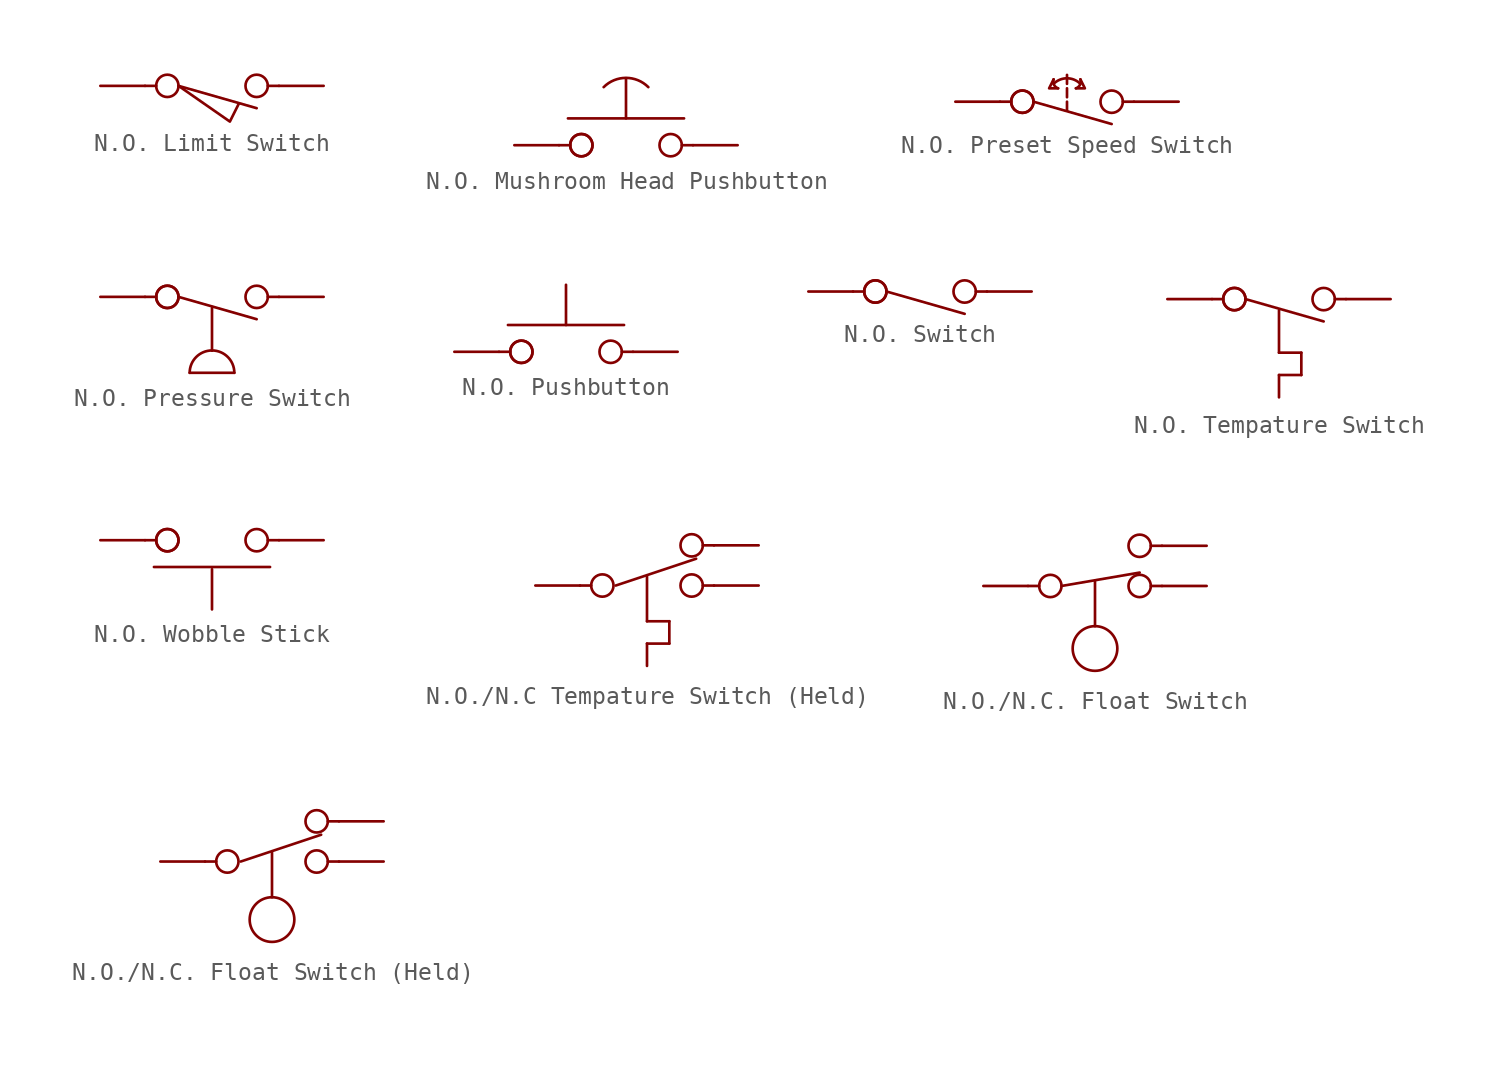
<source format=kicad_sym>
(kicad_symbol_lib
  (version 20241209)
  (generator "kicad_symbol_editor")
  (generator_version "9.0")
  (symbol "N.O. Limit Switch"
    (property "Reference" "U"
      (at 0 1.524 0)
      (effects (font (size 1.27 1.27)) (hide yes)))
    (property "Value" ""
      (at 0 0 0)
      (effects (font (size 1.27 1.27))))
    (symbol "N.O. Limit Switch_0_1"
      (polyline (pts (xy -3.81 0) (xy -3.175 0)) (stroke (width 0) (type default)) (fill (type none)))
      (circle (center -2.54 0) (radius 0.635) (stroke (width 0) (type default)) (fill (type none)))
      (polyline (pts (xy -1.905 0) (xy 2.54 -1.27)) (stroke (width 0) (type default)) (fill (type none)))
      (polyline (pts (xy -1.905 0) (xy 1.016 -2.032) (xy 1.524 -1.016)) (stroke (width 0) (type default)) (fill (type none)))
      (circle (center 2.54 0) (radius 0.635) (stroke (width 0) (type default)) (fill (type none)))
      (polyline (pts (xy 3.81 0) (xy 3.175 0)) (stroke (width 0) (type default)) (fill (type none))))
    (symbol "N.O. Limit Switch_1_1"
      (pin input line (at -6.35 0 0) (length 2.54) (name "" (effects (font (size 1.27 1.27)))) (number "" (effects (font (size 1.27 1.27)))))
      (pin input line (at 6.35 0 180) (length 2.54) (name "" (effects (font (size 1.27 1.27)))) (number "" (effects (font (size 1.27 1.27)))))))
  (symbol "N.O. Mushroom Head Pushbutton"
    (property "Reference" "U"
      (at 0 5.08 0)
      (effects (font (size 1.27 1.27)) (hide yes)))
    (property "Value" ""
      (at 0 0 0)
      (effects (font (size 1.27 1.27))))
    (symbol "N.O. Mushroom Head Pushbutton_0_1"
      (polyline (pts (xy -3.81 0) (xy -3.175 0)) (stroke (width 0) (type default)) (fill (type none)))
      (polyline (pts (xy -3.302 1.524) (xy 3.302 1.524)) (stroke (width 0) (type default)) (fill (type none)))
      (circle (center -2.54 0) (radius 0.635) (stroke (width 0) (type default)) (fill (type none)))
      (circle (center -2.54 0) (radius 0.635) (stroke (width 0) (type default)) (fill (type none)))
      (arc (start -1.27 3.302) (mid 0 3.8281) (end 1.27 3.302) (stroke (width 0) (type default)) (fill (type none)))
      (polyline (pts (xy 0 1.524) (xy 0 3.81)) (stroke (width 0) (type default)) (fill (type none)))
      (circle (center 2.54 0) (radius 0.635) (stroke (width 0) (type default)) (fill (type none)))
      (polyline (pts (xy 3.81 0) (xy 3.175 0)) (stroke (width 0) (type default)) (fill (type none))))
    (symbol "N.O. Mushroom Head Pushbutton_1_1"
      (pin input line (at -6.35 0 0) (length 2.54) (name "" (effects (font (size 1.27 1.27)))) (number "" (effects (font (size 1.27 1.27)))))
      (pin input line (at 6.35 0 180) (length 2.54) (name "" (effects (font (size 1.27 1.27)))) (number "" (effects (font (size 1.27 1.27)))))))
  (symbol "N.O. Preset Speed Switch"
    (property "Reference" "U"
      (at 0 2.794 0)
      (effects (font (size 1.27 1.27)) (hide yes)))
    (property "Value" ""
      (at 0 0 0)
      (effects (font (size 1.27 1.27))))
    (symbol "N.O. Preset Speed Switch_0_1"
      (polyline (pts (xy -3.81 0) (xy -3.175 0)) (stroke (width 0) (type default)) (fill (type none)))
      (circle (center -2.54 0) (radius 0.635) (stroke (width 0) (type default)) (fill (type none)))
      (circle (center -2.54 0) (radius 0.635) (stroke (width 0) (type default)) (fill (type none)))
      (polyline (pts (xy -1.905 0) (xy 2.54 -1.27)) (stroke (width 0) (type default)) (fill (type none)))
      (polyline (pts (xy 0 1.016) (xy 0 1.524)) (stroke (width 0) (type default)) (fill (type none)))
      (polyline (pts (xy 0 0.254) (xy 0 0.762)) (stroke (width 0) (type default)) (fill (type none)))
      (arc (start -0.762 1.016) (mid 0 1.3316) (end 0.762 1.016) (stroke (width 0) (type default)) (fill (type none)))
      (polyline (pts (xy 0 -0.508) (xy 0 0)) (stroke (width 0) (type default)) (fill (type none)))
      (circle (center 2.54 0) (radius 0.635) (stroke (width 0) (type default)) (fill (type none)))
      (polyline (pts (xy 3.81 0) (xy 3.175 0)) (stroke (width 0) (type default)) (fill (type none))))
    (symbol "N.O. Preset Speed Switch_1_1"
      (polyline (pts (xy -0.762 1.27) (xy -1.016 0.762) (xy -0.508 0.762)) (stroke (width 0) (type default)) (fill (type none)))
      (arc (start -0.508 0.762) (mid -0.7402 0.9634) (end -0.762 1.27) (stroke (width 0) (type default)) (fill (type none)))
      (arc (start 0.762 1.27) (mid 0.7402 0.9634) (end 0.508 0.762) (stroke (width 0) (type default)) (fill (type none)))
      (polyline (pts (xy 0.762 1.27) (xy 1.016 0.762) (xy 0.508 0.762)) (stroke (width 0) (type default)) (fill (type none)))
      (pin input line (at -6.35 0 0) (length 2.54) (name "" (effects (font (size 1.27 1.27)))) (number "" (effects (font (size 1.27 1.27)))))
      (pin input line (at 6.35 0 180) (length 2.54) (name "" (effects (font (size 1.27 1.27)))) (number "" (effects (font (size 1.27 1.27)))))))
  (symbol "N.O. Pressure Switch"
    (property "Reference" "U"
      (at 0 1.524 0)
      (effects (font (size 1.27 1.27)) (hide yes)))
    (property "Value" ""
      (at 0 0 0)
      (effects (font (size 1.27 1.27))))
    (symbol "N.O. Pressure Switch_0_1"
      (polyline (pts (xy -3.81 0) (xy -3.175 0)) (stroke (width 0) (type default)) (fill (type none)))
      (circle (center -2.54 0) (radius 0.635) (stroke (width 0) (type default)) (fill (type none)))
      (circle (center -2.54 0) (radius 0.635) (stroke (width 0) (type default)) (fill (type none)))
      (polyline (pts (xy -1.905 0) (xy 2.54 -1.27)) (stroke (width 0) (type default)) (fill (type none)))
      (polyline (pts (xy -1.27 -4.318) (xy 1.27 -4.318)) (stroke (width 0) (type default)) (fill (type none)))
      (arc (start 0 -3.048) (mid 0.898 -3.42) (end 1.27 -4.318) (stroke (width 0) (type default)) (fill (type none)))
      (polyline (pts (xy 0 -0.635) (xy 0 -3.048)) (stroke (width 0) (type default)) (fill (type none)))
      (arc (start -1.27 -4.318) (mid -0.898 -3.42) (end 0 -3.048) (stroke (width 0) (type default)) (fill (type none)))
      (circle (center 2.54 0) (radius 0.635) (stroke (width 0) (type default)) (fill (type none)))
      (polyline (pts (xy 3.81 0) (xy 3.175 0)) (stroke (width 0) (type default)) (fill (type none))))
    (symbol "N.O. Pressure Switch_1_1"
      (pin input line (at -6.35 0 0) (length 2.54) (name "" (effects (font (size 1.27 1.27)))) (number "" (effects (font (size 1.27 1.27)))))
      (pin input line (at 6.35 0 180) (length 2.54) (name "" (effects (font (size 1.27 1.27)))) (number "" (effects (font (size 1.27 1.27)))))))
  (symbol "N.O. Pushbutton"
    (property "Reference" "U"
      (at 0 5.08 0)
      (effects (font (size 1.27 1.27)) (hide yes)))
    (property "Value" ""
      (at 0 0 0)
      (effects (font (size 1.27 1.27))))
    (symbol "N.O. Pushbutton_0_1"
      (polyline (pts (xy -3.81 0) (xy -3.175 0)) (stroke (width 0) (type default)) (fill (type none)))
      (polyline (pts (xy -3.302 1.524) (xy 3.302 1.524)) (stroke (width 0) (type default)) (fill (type none)))
      (circle (center -2.54 0) (radius 0.635) (stroke (width 0) (type default)) (fill (type none)))
      (circle (center -2.54 0) (radius 0.635) (stroke (width 0) (type default)) (fill (type none)))
      (polyline (pts (xy 0 1.524) (xy 0 3.81)) (stroke (width 0) (type default)) (fill (type none)))
      (circle (center 2.54 0) (radius 0.635) (stroke (width 0) (type default)) (fill (type none)))
      (polyline (pts (xy 3.81 0) (xy 3.175 0)) (stroke (width 0) (type default)) (fill (type none))))
    (symbol "N.O. Pushbutton_1_1"
      (pin input line (at -6.35 0 0) (length 2.54) (name "" (effects (font (size 1.27 1.27)))) (number "" (effects (font (size 1.27 1.27)))))
      (pin input line (at 6.35 0 180) (length 2.54) (name "" (effects (font (size 1.27 1.27)))) (number "" (effects (font (size 1.27 1.27)))))))
  (symbol "N.O. Switch"
    (property "Reference" "U"
      (at 0 1.524 0)
      (effects (font (size 1.27 1.27)) (hide yes)))
    (property "Value" ""
      (at 0 0 0)
      (effects (font (size 1.27 1.27))))
    (symbol "N.O. Switch_0_1"
      (polyline (pts (xy -3.81 0) (xy -3.175 0)) (stroke (width 0) (type default)) (fill (type none)))
      (circle (center -2.54 0) (radius 0.635) (stroke (width 0) (type default)) (fill (type none)))
      (circle (center -2.54 0) (radius 0.635) (stroke (width 0) (type default)) (fill (type none)))
      (polyline (pts (xy -1.905 0) (xy 2.54 -1.27)) (stroke (width 0) (type default)) (fill (type none)))
      (circle (center 2.54 0) (radius 0.635) (stroke (width 0) (type default)) (fill (type none)))
      (polyline (pts (xy 3.81 0) (xy 3.175 0)) (stroke (width 0) (type default)) (fill (type none))))
    (symbol "N.O. Switch_1_1"
      (pin input line (at -6.35 0 0) (length 2.54) (name "" (effects (font (size 1.27 1.27)))) (number "" (effects (font (size 1.27 1.27)))))
      (pin input line (at 6.35 0 180) (length 2.54) (name "" (effects (font (size 1.27 1.27)))) (number "" (effects (font (size 1.27 1.27)))))))
  (symbol "N.O. Tempature Switch"
    (property "Reference" "U"
      (at 0 1.524 0)
      (effects (font (size 1.27 1.27)) (hide yes)))
    (property "Value" ""
      (at 0 0 0)
      (effects (font (size 1.27 1.27))))
    (symbol "N.O. Tempature Switch_0_1"
      (polyline (pts (xy -3.81 0) (xy -3.175 0)) (stroke (width 0) (type default)) (fill (type none)))
      (circle (center -2.54 0) (radius 0.635) (stroke (width 0) (type default)) (fill (type none)))
      (circle (center -2.54 0) (radius 0.635) (stroke (width 0) (type default)) (fill (type none)))
      (polyline (pts (xy -1.905 0) (xy 2.54 -1.27)) (stroke (width 0) (type default)) (fill (type none)))
      (polyline (pts (xy 0 -0.635) (xy 0 -3.048)) (stroke (width 0) (type default)) (fill (type none)))
      (polyline (pts (xy 0 -3.048) (xy 1.27 -3.048)) (stroke (width 0) (type default)) (fill (type none)))
      (polyline (pts (xy 0 -4.318) (xy 0 -5.588)) (stroke (width 0) (type default)) (fill (type none)))
      (polyline (pts (xy 1.27 -4.318) (xy 0 -4.318)) (stroke (width 0) (type default)) (fill (type none)))
      (polyline (pts (xy 1.27 -4.318) (xy 1.27 -3.048)) (stroke (width 0) (type default)) (fill (type none)))
      (circle (center 2.54 0) (radius 0.635) (stroke (width 0) (type default)) (fill (type none)))
      (polyline (pts (xy 3.81 0) (xy 3.175 0)) (stroke (width 0) (type default)) (fill (type none))))
    (symbol "N.O. Tempature Switch_1_1"
      (pin input line (at -6.35 0 0) (length 2.54) (name "" (effects (font (size 1.27 1.27)))) (number "" (effects (font (size 1.27 1.27)))))
      (pin input line (at 6.35 0 180) (length 2.54) (name "" (effects (font (size 1.27 1.27)))) (number "" (effects (font (size 1.27 1.27)))))))
  (symbol "N.O. Wobble Stick"
    (property "Reference" "U"
      (at 0 2.032 0)
      (effects (font (size 1.27 1.27)) (hide yes)))
    (property "Value" ""
      (at 0 0 0)
      (effects (font (size 1.27 1.27))))
    (symbol "N.O. Wobble Stick_0_1"
      (polyline (pts (xy -3.81 0) (xy -3.175 0)) (stroke (width 0) (type default)) (fill (type none)))
      (polyline (pts (xy -3.302 -1.524) (xy 3.302 -1.524)) (stroke (width 0) (type default)) (fill (type none)))
      (circle (center -2.54 0) (radius 0.635) (stroke (width 0) (type default)) (fill (type none)))
      (circle (center -2.54 0) (radius 0.635) (stroke (width 0) (type default)) (fill (type none)))
      (polyline (pts (xy 0 -3.937) (xy 0 -1.651)) (stroke (width 0) (type default)) (fill (type none)))
      (circle (center 2.54 0) (radius 0.635) (stroke (width 0) (type default)) (fill (type none)))
      (polyline (pts (xy 3.81 0) (xy 3.175 0)) (stroke (width 0) (type default)) (fill (type none))))
    (symbol "N.O. Wobble Stick_1_1"
      (pin input line (at -6.35 0 0) (length 2.54) (name "" (effects (font (size 1.27 1.27)))) (number "" (effects (font (size 1.27 1.27)))))
      (pin input line (at 6.35 0 180) (length 2.54) (name "" (effects (font (size 1.27 1.27)))) (number "" (effects (font (size 1.27 1.27)))))))
  (symbol "N.O./N.C Tempature Switch (Held)"
    (property "Reference" "U"
      (at 0 4.064 0)
      (effects (font (size 1.27 1.27)) (hide yes)))
    (property "Value" ""
      (at 0 0 0)
      (effects (font (size 1.27 1.27))))
    (symbol "N.O./N.C Tempature Switch (Held)_0_1"
      (polyline (pts (xy -3.81 0) (xy -3.175 0)) (stroke (width 0) (type default)) (fill (type none)))
      (circle (center -2.54 0) (radius 0.635) (stroke (width 0) (type default)) (fill (type none)))
      (polyline (pts (xy -1.778 0) (xy 2.794 1.524)) (stroke (width 0) (type default)) (fill (type none)))
      (polyline (pts (xy 0 0.508) (xy 0 -2.032)) (stroke (width 0) (type default)) (fill (type none)))
      (polyline (pts (xy 0 -2.032) (xy 1.27 -2.032)) (stroke (width 0) (type default)) (fill (type none)))
      (polyline (pts (xy 0 -3.302) (xy 0 -4.572)) (stroke (width 0) (type default)) (fill (type none)))
      (polyline (pts (xy 1.27 -3.302) (xy 0 -3.302)) (stroke (width 0) (type default)) (fill (type none)))
      (polyline (pts (xy 1.27 -3.302) (xy 1.27 -2.032)) (stroke (width 0) (type default)) (fill (type none)))
      (circle (center 2.54 2.286) (radius 0.635) (stroke (width 0) (type default)) (fill (type none)))
      (circle (center 2.54 0) (radius 0.635) (stroke (width 0) (type default)) (fill (type none)))
      (polyline (pts (xy 3.81 2.286) (xy 3.175 2.286)) (stroke (width 0) (type default)) (fill (type none)))
      (polyline (pts (xy 3.81 0) (xy 3.175 0)) (stroke (width 0) (type default)) (fill (type none))))
    (symbol "N.O./N.C Tempature Switch (Held)_1_1"
      (pin input line (at -6.35 0 0) (length 2.54) (name "" (effects (font (size 1.27 1.27)))) (number "" (effects (font (size 1.27 1.27)))))
      (pin input line (at 6.35 2.286 180) (length 2.54) (name "" (effects (font (size 1.27 1.27)))) (number "" (effects (font (size 1.27 1.27)))))
      (pin input line (at 6.35 0 180) (length 2.54) (name "" (effects (font (size 1.27 1.27)))) (number "" (effects (font (size 1.27 1.27)))))))
  (symbol "N.O./N.C. Float Switch"
    (property "Reference" "U"
      (at 0 4.318 0)
      (effects (font (size 1.27 1.27)) (hide yes)))
    (property "Value" ""
      (at 0 0 0)
      (effects (font (size 1.27 1.27))))
    (symbol "N.O./N.C. Float Switch_0_1"
      (polyline (pts (xy -3.81 0) (xy -3.175 0)) (stroke (width 0) (type default)) (fill (type none)))
      (circle (center -2.54 0) (radius 0.635) (stroke (width 0) (type default)) (fill (type none)))
      (polyline (pts (xy -1.905 0) (xy 2.54 0.762)) (stroke (width 0) (type default)) (fill (type none)))
      (polyline (pts (xy 0 0.254) (xy 0 -2.286)) (stroke (width 0) (type default)) (fill (type none)))
      (circle (center 0 -3.556) (radius 1.27) (stroke (width 0) (type default)) (fill (type none)))
      (circle (center 2.54 2.286) (radius 0.635) (stroke (width 0) (type default)) (fill (type none)))
      (circle (center 2.54 0) (radius 0.635) (stroke (width 0) (type default)) (fill (type none)))
      (polyline (pts (xy 3.81 2.286) (xy 3.175 2.286)) (stroke (width 0) (type default)) (fill (type none)))
      (polyline (pts (xy 3.81 0) (xy 3.175 0)) (stroke (width 0) (type default)) (fill (type none))))
    (symbol "N.O./N.C. Float Switch_1_1"
      (pin input line (at -6.35 0 0) (length 2.54) (name "" (effects (font (size 1.27 1.27)))) (number "" (effects (font (size 1.27 1.27)))))
      (pin input line (at 6.35 2.286 180) (length 2.54) (name "" (effects (font (size 1.27 1.27)))) (number "" (effects (font (size 1.27 1.27)))))
      (pin input line (at 6.35 0 180) (length 2.54) (name "" (effects (font (size 1.27 1.27)))) (number "" (effects (font (size 1.27 1.27)))))))
  (symbol "N.O./N.C. Float Switch (Held)"
    (property "Reference" "U"
      (at 0 4.318 0)
      (effects (font (size 1.27 1.27)) (hide yes)))
    (property "Value" ""
      (at 0 0 0)
      (effects (font (size 1.27 1.27))))
    (symbol "N.O./N.C. Float Switch (Held)_0_1"
      (polyline (pts (xy -3.81 0) (xy -3.175 0)) (stroke (width 0) (type default)) (fill (type none)))
      (circle (center -2.54 0) (radius 0.635) (stroke (width 0) (type default)) (fill (type none)))
      (polyline (pts (xy -1.778 0) (xy 2.794 1.524)) (stroke (width 0) (type default)) (fill (type none)))
      (polyline (pts (xy 0 0.508) (xy 0 -2.032)) (stroke (width 0) (type default)) (fill (type none)))
      (circle (center 0 -3.302) (radius 1.27) (stroke (width 0) (type default)) (fill (type none)))
      (circle (center 2.54 2.286) (radius 0.635) (stroke (width 0) (type default)) (fill (type none)))
      (circle (center 2.54 0) (radius 0.635) (stroke (width 0) (type default)) (fill (type none)))
      (polyline (pts (xy 3.81 2.286) (xy 3.175 2.286)) (stroke (width 0) (type default)) (fill (type none)))
      (polyline (pts (xy 3.81 0) (xy 3.175 0)) (stroke (width 0) (type default)) (fill (type none))))
    (symbol "N.O./N.C. Float Switch (Held)_1_1"
      (pin input line (at -6.35 0 0) (length 2.54) (name "" (effects (font (size 1.27 1.27)))) (number "" (effects (font (size 1.27 1.27)))))
      (pin input line (at 6.35 2.286 180) (length 2.54) (name "" (effects (font (size 1.27 1.27)))) (number "" (effects (font (size 1.27 1.27)))))
      (pin input line (at 6.35 0 180) (length 2.54) (name "" (effects (font (size 1.27 1.27)))) (number "" (effects (font (size 1.27 1.27))))))))
</source>
